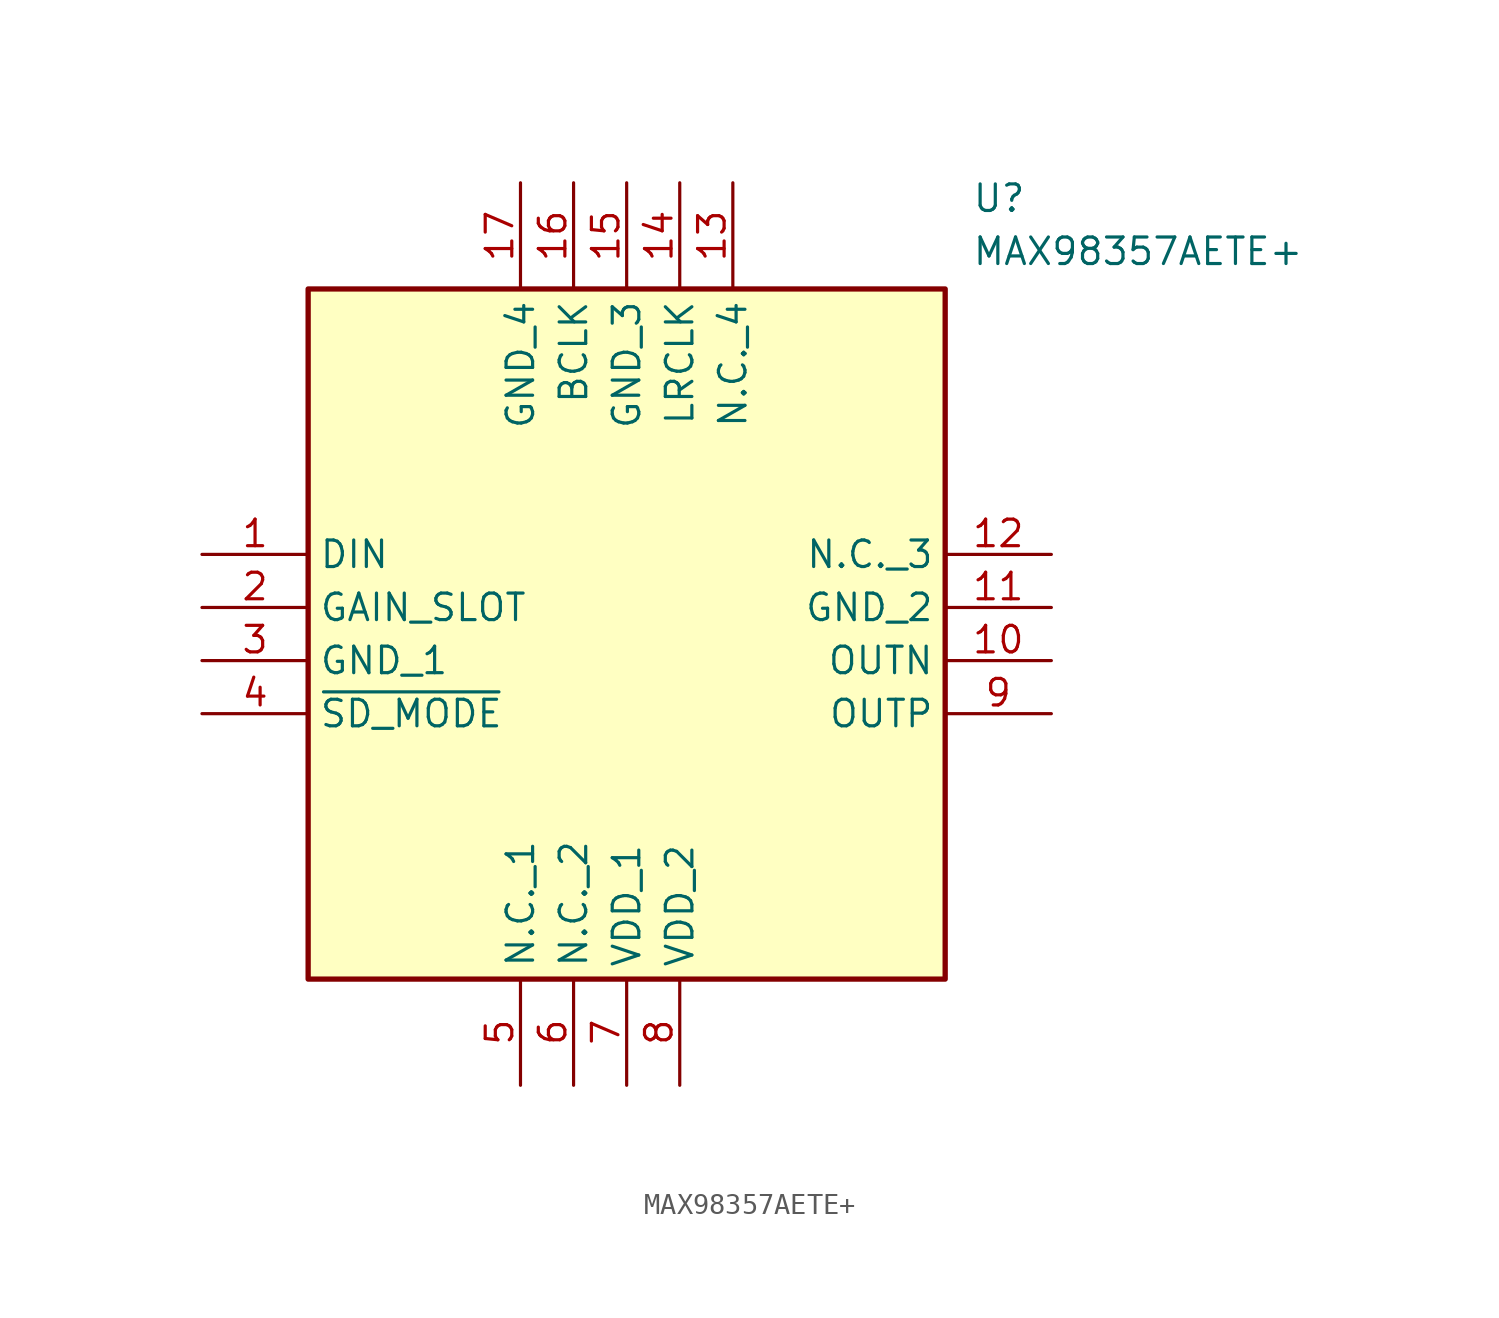
<source format=kicad_sym>
(kicad_symbol_lib
  (version 20220914)
  (generator kicad_symbol_editor)
  (symbol "MAX98357AETE+"
    (property "Reference" "U"
      (at 36.83 17.78 0)
      (effects (font (size 1.27 1.27)) (justify left top)))
    (property "Value" "MAX98357AETE+"
      (at 36.83 15.24 0)
      (effects (font (size 1.27 1.27)) (justify left top)))
    (symbol "MAX98357AETE+_1_1"
      (rectangle (start 5.08 12.7) (end 35.56 -20.32) (stroke (width 0.254) (type default)) (fill (type background)))
      (pin passive line (at 0 0 0) (length 5.08) (name "DIN" (effects (font (size 1.27 1.27)))) (number "1" (effects (font (size 1.27 1.27)))))
      (pin passive line (at 40.64 -5.08 180) (length 5.08) (name "OUTN" (effects (font (size 1.27 1.27)))) (number "10" (effects (font (size 1.27 1.27)))))
      (pin passive line (at 40.64 -2.54 180) (length 5.08) (name "GND_2" (effects (font (size 1.27 1.27)))) (number "11" (effects (font (size 1.27 1.27)))))
      (pin passive line (at 40.64 0 180) (length 5.08) (name "N.C._3" (effects (font (size 1.27 1.27)))) (number "12" (effects (font (size 1.27 1.27)))))
      (pin passive line (at 25.4 17.78 270) (length 5.08) (name "N.C._4" (effects (font (size 1.27 1.27)))) (number "13" (effects (font (size 1.27 1.27)))))
      (pin passive line (at 22.86 17.78 270) (length 5.08) (name "LRCLK" (effects (font (size 1.27 1.27)))) (number "14" (effects (font (size 1.27 1.27)))))
      (pin passive line (at 20.32 17.78 270) (length 5.08) (name "GND_3" (effects (font (size 1.27 1.27)))) (number "15" (effects (font (size 1.27 1.27)))))
      (pin passive line (at 17.78 17.78 270) (length 5.08) (name "BCLK" (effects (font (size 1.27 1.27)))) (number "16" (effects (font (size 1.27 1.27)))))
      (pin passive line (at 15.24 17.78 270) (length 5.08) (name "GND_4" (effects (font (size 1.27 1.27)))) (number "17" (effects (font (size 1.27 1.27)))))
      (pin passive line (at 0 -2.54 0) (length 5.08) (name "GAIN_SLOT" (effects (font (size 1.27 1.27)))) (number "2" (effects (font (size 1.27 1.27)))))
      (pin passive line (at 0 -5.08 0) (length 5.08) (name "GND_1" (effects (font (size 1.27 1.27)))) (number "3" (effects (font (size 1.27 1.27)))))
      (pin passive line (at 0 -7.62 0) (length 5.08) (name "~{SD_MODE}" (effects (font (size 1.27 1.27)))) (number "4" (effects (font (size 1.27 1.27)))))
      (pin passive line (at 15.24 -25.4 90) (length 5.08) (name "N.C._1" (effects (font (size 1.27 1.27)))) (number "5" (effects (font (size 1.27 1.27)))))
      (pin passive line (at 17.78 -25.4 90) (length 5.08) (name "N.C._2" (effects (font (size 1.27 1.27)))) (number "6" (effects (font (size 1.27 1.27)))))
      (pin passive line (at 20.32 -25.4 90) (length 5.08) (name "VDD_1" (effects (font (size 1.27 1.27)))) (number "7" (effects (font (size 1.27 1.27)))))
      (pin passive line (at 22.86 -25.4 90) (length 5.08) (name "VDD_2" (effects (font (size 1.27 1.27)))) (number "8" (effects (font (size 1.27 1.27)))))
      (pin passive line (at 40.64 -7.62 180) (length 5.08) (name "OUTP" (effects (font (size 1.27 1.27)))) (number "9" (effects (font (size 1.27 1.27))))))))
</source>
